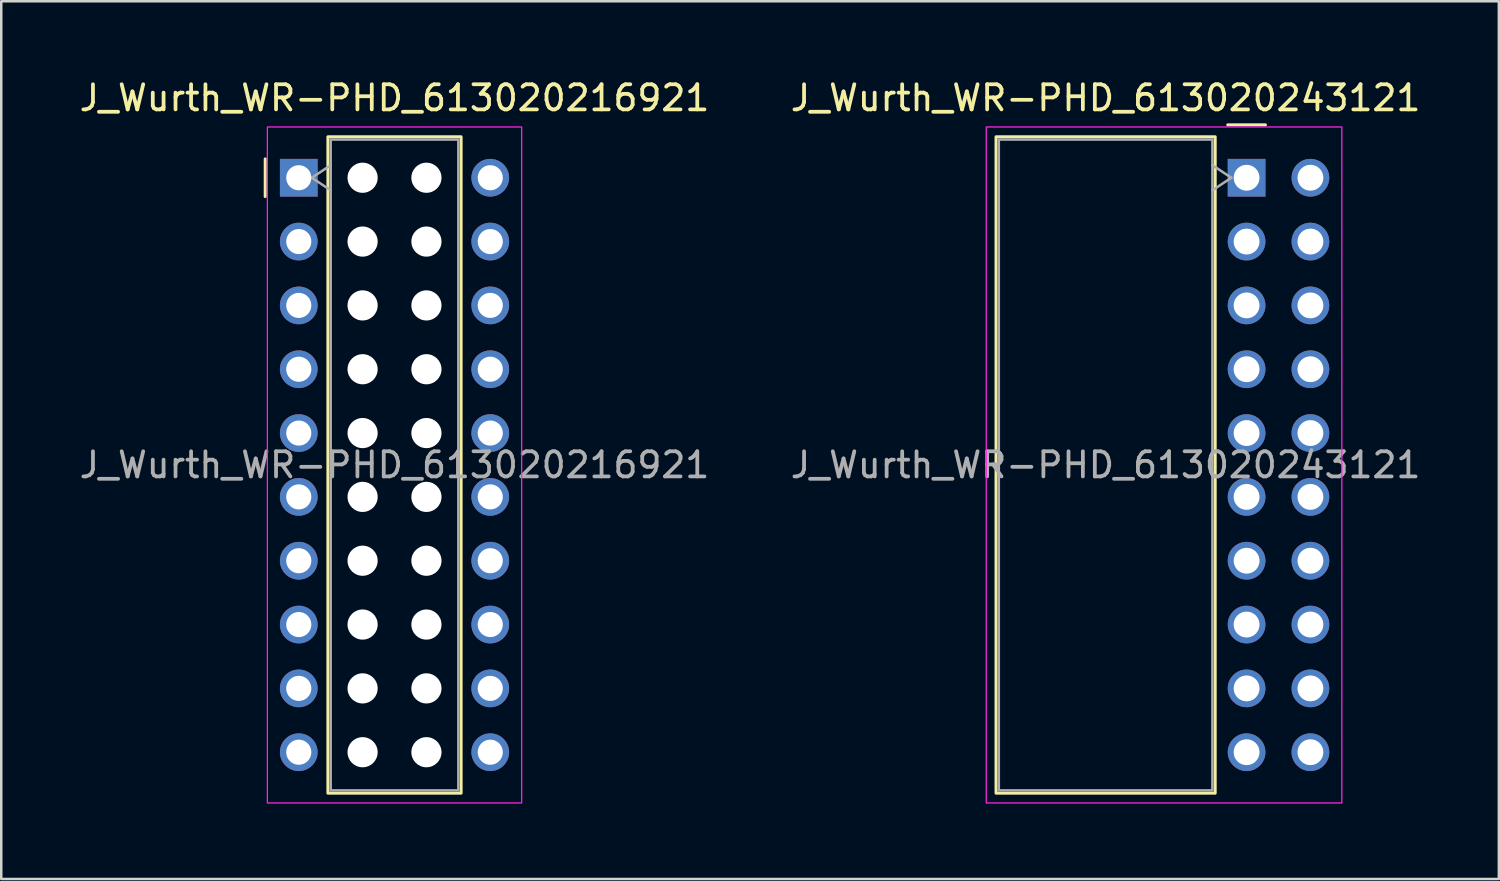
<source format=kicad_pcb>
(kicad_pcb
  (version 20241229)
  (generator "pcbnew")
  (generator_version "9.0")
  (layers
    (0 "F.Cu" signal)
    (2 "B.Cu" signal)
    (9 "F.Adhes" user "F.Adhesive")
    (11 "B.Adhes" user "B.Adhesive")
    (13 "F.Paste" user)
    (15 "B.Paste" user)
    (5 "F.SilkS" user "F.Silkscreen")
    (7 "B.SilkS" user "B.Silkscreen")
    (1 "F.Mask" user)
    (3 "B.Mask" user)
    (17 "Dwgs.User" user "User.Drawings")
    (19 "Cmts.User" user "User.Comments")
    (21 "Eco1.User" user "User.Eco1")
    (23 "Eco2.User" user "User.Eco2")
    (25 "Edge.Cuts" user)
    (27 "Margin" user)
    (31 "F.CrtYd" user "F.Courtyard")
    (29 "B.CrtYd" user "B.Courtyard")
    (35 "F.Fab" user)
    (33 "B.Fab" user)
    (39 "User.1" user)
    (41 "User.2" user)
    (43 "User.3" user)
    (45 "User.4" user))
  (footprint "J_Wurth_WR-PHD_613020216921"
    (layer "F.Cu")
    (at 8.839 4.023)
    (property "Reference" "J_Wurth_WR-PHD_613020216921" (at 3.81 -3.175 0) (unlocked yes) (layer "F.SilkS") (effects (font (size 1 1) (thickness 0.15))))
    (attr through_hole)
    (fp_line (start -1.335 -0.75) (end -1.335 0.75) (stroke (width 0.12) (type solid)) (layer "F.SilkS"))
    (fp_rect (start 1.16 -1.63) (end 6.46 24.49) (stroke (width 0.12) (type solid)) (fill no) (layer "F.SilkS"))
    (fp_rect (start -1.25 -2.02) (end 8.87 24.88) (stroke (width 0.05) (type solid)) (fill no) (layer "F.CrtYd"))
    (fp_line (start 0.52 0) (end 1.27 -0.5) (stroke (width 0.1) (type solid)) (layer "F.Fab"))
    (fp_line (start 0.52 0) (end 1.27 0.5) (stroke (width 0.1) (type solid)) (layer "F.Fab"))
    (fp_rect (start 1.27 -1.52) (end 6.35 24.38) (stroke (width 0.1) (type solid)) (fill no) (layer "F.Fab"))
    (fp_text user "${REFERENCE}" (at 3.81 11.43 0) (unlocked yes) (layer "F.Fab") (effects (font (size 1 1) (thickness 0.15))))
    (pad "" np_thru_hole circle (at 2.54 0 270) (size 1.2 1.2) (drill 1.2) (layers "*.Cu" "*.Mask"))
    (pad "" np_thru_hole circle (at 2.54 2.54 270) (size 1.2 1.2) (drill 1.2) (layers "*.Cu" "*.Mask"))
    (pad "" np_thru_hole circle (at 2.54 5.08 270) (size 1.2 1.2) (drill 1.2) (layers "*.Cu" "*.Mask"))
    (pad "" np_thru_hole circle (at 2.54 7.62 270) (size 1.2 1.2) (drill 1.2) (layers "*.Cu" "*.Mask"))
    (pad "" np_thru_hole circle (at 2.54 10.16 270) (size 1.2 1.2) (drill 1.2) (layers "*.Cu" "*.Mask"))
    (pad "" np_thru_hole circle (at 2.54 12.7 270) (size 1.2 1.2) (drill 1.2) (layers "*.Cu" "*.Mask"))
    (pad "" np_thru_hole circle (at 2.54 15.24 270) (size 1.2 1.2) (drill 1.2) (layers "*.Cu" "*.Mask"))
    (pad "" np_thru_hole circle (at 2.54 17.78 270) (size 1.2 1.2) (drill 1.2) (layers "*.Cu" "*.Mask"))
    (pad "" np_thru_hole circle (at 2.54 20.32 270) (size 1.2 1.2) (drill 1.2) (layers "*.Cu" "*.Mask"))
    (pad "" np_thru_hole circle (at 2.54 22.86 270) (size 1.2 1.2) (drill 1.2) (layers "*.Cu" "*.Mask"))
    (pad "" np_thru_hole circle (at 5.08 0 270) (size 1.2 1.2) (drill 1.2) (layers "*.Cu" "*.Mask"))
    (pad "" np_thru_hole circle (at 5.08 2.54 270) (size 1.2 1.2) (drill 1.2) (layers "*.Cu" "*.Mask"))
    (pad "" np_thru_hole circle (at 5.08 5.08 270) (size 1.2 1.2) (drill 1.2) (layers "*.Cu" "*.Mask"))
    (pad "" np_thru_hole circle (at 5.08 7.62 270) (size 1.2 1.2) (drill 1.2) (layers "*.Cu" "*.Mask"))
    (pad "" np_thru_hole circle (at 5.08 10.16 270) (size 1.2 1.2) (drill 1.2) (layers "*.Cu" "*.Mask"))
    (pad "" np_thru_hole circle (at 5.08 12.7 270) (size 1.2 1.2) (drill 1.2) (layers "*.Cu" "*.Mask"))
    (pad "" np_thru_hole circle (at 5.08 15.24 270) (size 1.2 1.2) (drill 1.2) (layers "*.Cu" "*.Mask"))
    (pad "" np_thru_hole circle (at 5.08 17.78 270) (size 1.2 1.2) (drill 1.2) (layers "*.Cu" "*.Mask"))
    (pad "" np_thru_hole circle (at 5.08 20.32 270) (size 1.2 1.2) (drill 1.2) (layers "*.Cu" "*.Mask"))
    (pad "" np_thru_hole circle (at 5.08 22.86 270) (size 1.2 1.2) (drill 1.2) (layers "*.Cu" "*.Mask"))
    (pad "1" thru_hole rect (at 0 0 270) (size 1.5 1.5) (drill 1) (layers "*.Cu" "*.Mask"))
    (pad "2" thru_hole circle (at 7.62 0 270) (size 1.5 1.5) (drill 1) (layers "*.Cu" "*.Mask"))
    (pad "3" thru_hole circle (at 0 2.54 270) (size 1.5 1.5) (drill 1) (layers "*.Cu" "*.Mask"))
    (pad "4" thru_hole circle (at 7.62 2.54 270) (size 1.5 1.5) (drill 1) (layers "*.Cu" "*.Mask"))
    (pad "5" thru_hole circle (at 0 5.08 270) (size 1.5 1.5) (drill 1) (layers "*.Cu" "*.Mask"))
    (pad "6" thru_hole circle (at 7.62 5.08 270) (size 1.5 1.5) (drill 1) (layers "*.Cu" "*.Mask"))
    (pad "7" thru_hole circle (at 0 7.62 270) (size 1.5 1.5) (drill 1) (layers "*.Cu" "*.Mask"))
    (pad "8" thru_hole circle (at 7.62 7.62 270) (size 1.5 1.5) (drill 1) (layers "*.Cu" "*.Mask"))
    (pad "9" thru_hole circle (at 0 10.16 270) (size 1.5 1.5) (drill 1) (layers "*.Cu" "*.Mask"))
    (pad "10" thru_hole circle (at 7.62 10.16 270) (size 1.5 1.5) (drill 1) (layers "*.Cu" "*.Mask"))
    (pad "11" thru_hole circle (at 0 12.7 270) (size 1.5 1.5) (drill 1) (layers "*.Cu" "*.Mask"))
    (pad "12" thru_hole circle (at 7.62 12.7 270) (size 1.5 1.5) (drill 1) (layers "*.Cu" "*.Mask"))
    (pad "13" thru_hole circle (at 0 15.24 270) (size 1.5 1.5) (drill 1) (layers "*.Cu" "*.Mask"))
    (pad "14" thru_hole circle (at 7.62 15.24 270) (size 1.5 1.5) (drill 1) (layers "*.Cu" "*.Mask"))
    (pad "15" thru_hole circle (at 0 17.78 270) (size 1.5 1.5) (drill 1) (layers "*.Cu" "*.Mask"))
    (pad "16" thru_hole circle (at 7.62 17.78 270) (size 1.5 1.5) (drill 1) (layers "*.Cu" "*.Mask"))
    (pad "17" thru_hole circle (at 0 20.32 270) (size 1.5 1.5) (drill 1) (layers "*.Cu" "*.Mask"))
    (pad "18" thru_hole circle (at 7.62 20.32 270) (size 1.5 1.5) (drill 1) (layers "*.Cu" "*.Mask"))
    (pad "19" thru_hole circle (at 0 22.86 270) (size 1.5 1.5) (drill 1) (layers "*.Cu" "*.Mask"))
    (pad "20" thru_hole circle (at 7.62 22.86 270) (size 1.5 1.5) (drill 1) (layers "*.Cu" "*.Mask")))
  (footprint "J_Wurth_WR-PHD_613020243121"
    (layer "F.Cu")
    (at 46.556 4.023)
    (property "Reference" "J_Wurth_WR-PHD_613020243121" (at -5.61 -3.175 0) (unlocked yes) (layer "F.SilkS") (effects (font (size 1 1) (thickness 0.15))))
    (attr through_hole)
    (fp_line (start -0.75 -2.105) (end 0.75 -2.105) (stroke (width 0.12) (type solid)) (layer "F.SilkS"))
    (fp_rect (start -9.97 -1.63) (end -1.25 24.49) (stroke (width 0.12) (type solid)) (fill no) (layer "F.SilkS"))
    (fp_rect (start -10.36 -2.02) (end 3.79 24.88) (stroke (width 0.05) (type solid)) (fill no) (layer "F.CrtYd"))
    (fp_line (start -0.61 0) (end -1.36 -0.5) (stroke (width 0.1) (type solid)) (layer "F.Fab"))
    (fp_line (start -0.61 0) (end -1.36 0.5) (stroke (width 0.1) (type solid)) (layer "F.Fab"))
    (fp_rect (start -9.86 -1.52) (end -1.36 24.38) (stroke (width 0.1) (type solid)) (fill no) (layer "F.Fab"))
    (fp_text user "${REFERENCE}" (at -5.61 11.43 0) (unlocked yes) (layer "F.Fab") (effects (font (size 1 1) (thickness 0.15))))
    (pad "1" thru_hole rect (at 0 0 270) (size 1.5 1.5) (drill 1.03) (layers "*.Cu" "*.Mask"))
    (pad "2" thru_hole circle (at 2.54 0 270) (size 1.5 1.5) (drill 1.03) (layers "*.Cu" "*.Mask"))
    (pad "3" thru_hole circle (at 0 2.54 270) (size 1.5 1.5) (drill 1.03) (layers "*.Cu" "*.Mask"))
    (pad "4" thru_hole circle (at 2.54 2.54 270) (size 1.5 1.5) (drill 1.03) (layers "*.Cu" "*.Mask"))
    (pad "5" thru_hole circle (at 0 5.08 270) (size 1.5 1.5) (drill 1.03) (layers "*.Cu" "*.Mask"))
    (pad "6" thru_hole circle (at 2.54 5.08 270) (size 1.5 1.5) (drill 1.03) (layers "*.Cu" "*.Mask"))
    (pad "7" thru_hole circle (at 0 7.62 270) (size 1.5 1.5) (drill 1.03) (layers "*.Cu" "*.Mask"))
    (pad "8" thru_hole circle (at 2.54 7.62 270) (size 1.5 1.5) (drill 1.03) (layers "*.Cu" "*.Mask"))
    (pad "9" thru_hole circle (at 0 10.16 270) (size 1.5 1.5) (drill 1.03) (layers "*.Cu" "*.Mask"))
    (pad "10" thru_hole circle (at 2.54 10.16 270) (size 1.5 1.5) (drill 1.03) (layers "*.Cu" "*.Mask"))
    (pad "11" thru_hole circle (at 0 12.7 270) (size 1.5 1.5) (drill 1.03) (layers "*.Cu" "*.Mask"))
    (pad "12" thru_hole circle (at 2.54 12.7 270) (size 1.5 1.5) (drill 1.03) (layers "*.Cu" "*.Mask"))
    (pad "13" thru_hole circle (at 0 15.24 270) (size 1.5 1.5) (drill 1.03) (layers "*.Cu" "*.Mask"))
    (pad "14" thru_hole circle (at 2.54 15.24 270) (size 1.5 1.5) (drill 1.03) (layers "*.Cu" "*.Mask"))
    (pad "15" thru_hole circle (at 0 17.78 270) (size 1.5 1.5) (drill 1.03) (layers "*.Cu" "*.Mask"))
    (pad "16" thru_hole circle (at 2.54 17.78 270) (size 1.5 1.5) (drill 1.03) (layers "*.Cu" "*.Mask"))
    (pad "17" thru_hole circle (at 0 20.32 270) (size 1.5 1.5) (drill 1.03) (layers "*.Cu" "*.Mask"))
    (pad "18" thru_hole circle (at 2.54 20.32 270) (size 1.5 1.5) (drill 1.03) (layers "*.Cu" "*.Mask"))
    (pad "19" thru_hole circle (at 0 22.86 270) (size 1.5 1.5) (drill 1.03) (layers "*.Cu" "*.Mask"))
    (pad "20" thru_hole circle (at 2.54 22.86 270) (size 1.5 1.5) (drill 1.03) (layers "*.Cu" "*.Mask")))
  (gr_rect
    (start -3 -3)
    (end 56.595 31.928)
    (stroke (width 0.1) (type default))
    (fill no)
    (layer "Edge.Cuts")))
</source>
